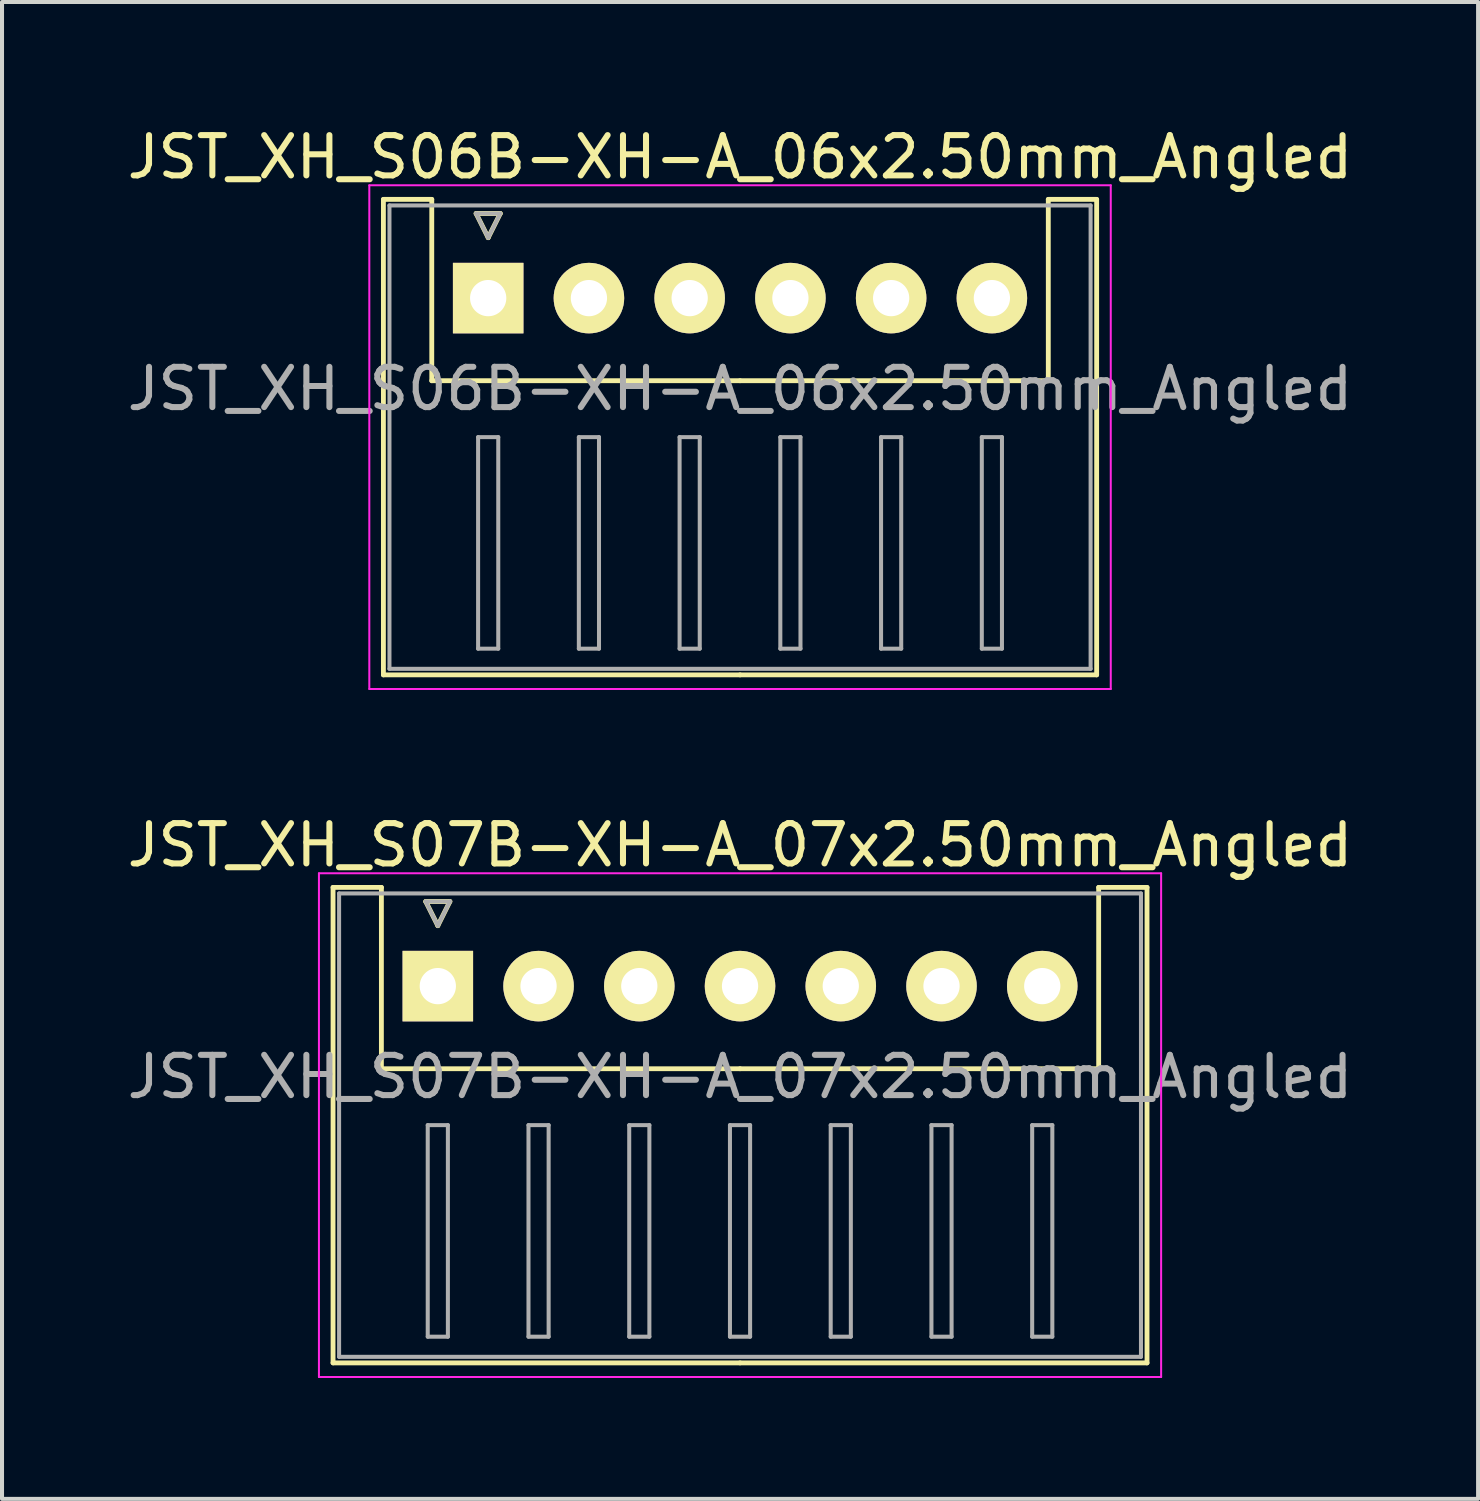
<source format=kicad_pcb>
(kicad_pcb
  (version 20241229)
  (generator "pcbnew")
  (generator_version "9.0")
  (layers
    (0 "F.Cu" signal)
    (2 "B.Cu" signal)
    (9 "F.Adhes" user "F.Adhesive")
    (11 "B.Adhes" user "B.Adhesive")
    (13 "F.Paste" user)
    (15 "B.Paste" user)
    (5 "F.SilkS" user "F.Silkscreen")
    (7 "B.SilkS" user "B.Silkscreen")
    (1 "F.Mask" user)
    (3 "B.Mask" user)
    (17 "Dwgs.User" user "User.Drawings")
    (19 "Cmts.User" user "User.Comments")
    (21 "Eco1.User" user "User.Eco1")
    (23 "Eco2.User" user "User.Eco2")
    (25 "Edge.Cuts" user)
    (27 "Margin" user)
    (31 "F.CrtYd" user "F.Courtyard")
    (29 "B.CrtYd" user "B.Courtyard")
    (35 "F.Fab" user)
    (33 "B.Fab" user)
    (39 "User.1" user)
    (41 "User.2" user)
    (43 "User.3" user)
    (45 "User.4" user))
  (footprint "JST_XH_S06B-XH-A_06x2.50mm_Angled"
    (layer "F.Cu")
    (at 9.065 4.348)
    (property "Reference" "JST_XH_S06B-XH-A_06x2.50mm_Angled" (at 6.25 -3.5 0) (layer "F.SilkS") (effects (font (size 1 1) (thickness 0.15))))
    (attr through_hole)
    (fp_line (start -2.6 -2.45) (end -1.4 -2.45) (stroke (width 0.12) (type solid)) (layer "F.SilkS"))
    (fp_line (start -2.6 9.35) (end -2.6 -2.45) (stroke (width 0.12) (type solid)) (layer "F.SilkS"))
    (fp_line (start -1.4 -2.45) (end -1.4 2.05) (stroke (width 0.12) (type solid)) (layer "F.SilkS"))
    (fp_line (start -1.4 2.05) (end 6.25 2.05) (stroke (width 0.12) (type solid)) (layer "F.SilkS"))
    (fp_line (start -0.3 -2.1) (end 0.3 -2.1) (stroke (width 0.12) (type solid)) (layer "F.SilkS"))
    (fp_line (start 0 -1.5) (end -0.3 -2.1) (stroke (width 0.12) (type solid)) (layer "F.SilkS"))
    (fp_line (start 0.3 -2.1) (end 0 -1.5) (stroke (width 0.12) (type solid)) (layer "F.SilkS"))
    (fp_line (start 6.25 9.35) (end -2.6 9.35) (stroke (width 0.12) (type solid)) (layer "F.SilkS"))
    (fp_line (start 6.25 9.35) (end 15.1 9.35) (stroke (width 0.12) (type solid)) (layer "F.SilkS"))
    (fp_line (start 13.9 -2.45) (end 13.9 2.05) (stroke (width 0.12) (type solid)) (layer "F.SilkS"))
    (fp_line (start 13.9 2.05) (end 6.25 2.05) (stroke (width 0.12) (type solid)) (layer "F.SilkS"))
    (fp_line (start 15.1 -2.45) (end 13.9 -2.45) (stroke (width 0.12) (type solid)) (layer "F.SilkS"))
    (fp_line (start 15.1 9.35) (end 15.1 -2.45) (stroke (width 0.12) (type solid)) (layer "F.SilkS"))
    (fp_line (start -2.95 -2.8) (end -2.95 9.7) (stroke (width 0.05) (type solid)) (layer "F.CrtYd"))
    (fp_line (start -2.95 9.7) (end 15.45 9.7) (stroke (width 0.05) (type solid)) (layer "F.CrtYd"))
    (fp_line (start 15.45 -2.8) (end -2.95 -2.8) (stroke (width 0.05) (type solid)) (layer "F.CrtYd"))
    (fp_line (start 15.45 9.7) (end 15.45 -2.8) (stroke (width 0.05) (type solid)) (layer "F.CrtYd"))
    (fp_line (start -2.45 -2.3) (end -2.45 9.2) (stroke (width 0.1) (type solid)) (layer "F.Fab"))
    (fp_line (start -2.45 9.2) (end 14.95 9.2) (stroke (width 0.1) (type solid)) (layer "F.Fab"))
    (fp_line (start -0.3 -2.1) (end 0.3 -2.1) (stroke (width 0.1) (type solid)) (layer "F.Fab"))
    (fp_line (start -0.25 3.45) (end -0.25 8.7) (stroke (width 0.1) (type solid)) (layer "F.Fab"))
    (fp_line (start -0.25 8.7) (end 0.25 8.7) (stroke (width 0.1) (type solid)) (layer "F.Fab"))
    (fp_line (start 0 -1.5) (end -0.3 -2.1) (stroke (width 0.1) (type solid)) (layer "F.Fab"))
    (fp_line (start 0.25 3.45) (end -0.25 3.45) (stroke (width 0.1) (type solid)) (layer "F.Fab"))
    (fp_line (start 0.25 8.7) (end 0.25 3.45) (stroke (width 0.1) (type solid)) (layer "F.Fab"))
    (fp_line (start 0.3 -2.1) (end 0 -1.5) (stroke (width 0.1) (type solid)) (layer "F.Fab"))
    (fp_line (start 2.25 3.45) (end 2.25 8.7) (stroke (width 0.1) (type solid)) (layer "F.Fab"))
    (fp_line (start 2.25 8.7) (end 2.75 8.7) (stroke (width 0.1) (type solid)) (layer "F.Fab"))
    (fp_line (start 2.75 3.45) (end 2.25 3.45) (stroke (width 0.1) (type solid)) (layer "F.Fab"))
    (fp_line (start 2.75 8.7) (end 2.75 3.45) (stroke (width 0.1) (type solid)) (layer "F.Fab"))
    (fp_line (start 4.75 3.45) (end 4.75 8.7) (stroke (width 0.1) (type solid)) (layer "F.Fab"))
    (fp_line (start 4.75 8.7) (end 5.25 8.7) (stroke (width 0.1) (type solid)) (layer "F.Fab"))
    (fp_line (start 5.25 3.45) (end 4.75 3.45) (stroke (width 0.1) (type solid)) (layer "F.Fab"))
    (fp_line (start 5.25 8.7) (end 5.25 3.45) (stroke (width 0.1) (type solid)) (layer "F.Fab"))
    (fp_line (start 7.25 3.45) (end 7.25 8.7) (stroke (width 0.1) (type solid)) (layer "F.Fab"))
    (fp_line (start 7.25 8.7) (end 7.75 8.7) (stroke (width 0.1) (type solid)) (layer "F.Fab"))
    (fp_line (start 7.75 3.45) (end 7.25 3.45) (stroke (width 0.1) (type solid)) (layer "F.Fab"))
    (fp_line (start 7.75 8.7) (end 7.75 3.45) (stroke (width 0.1) (type solid)) (layer "F.Fab"))
    (fp_line (start 9.75 3.45) (end 9.75 8.7) (stroke (width 0.1) (type solid)) (layer "F.Fab"))
    (fp_line (start 9.75 8.7) (end 10.25 8.7) (stroke (width 0.1) (type solid)) (layer "F.Fab"))
    (fp_line (start 10.25 3.45) (end 9.75 3.45) (stroke (width 0.1) (type solid)) (layer "F.Fab"))
    (fp_line (start 10.25 8.7) (end 10.25 3.45) (stroke (width 0.1) (type solid)) (layer "F.Fab"))
    (fp_line (start 12.25 3.45) (end 12.25 8.7) (stroke (width 0.1) (type solid)) (layer "F.Fab"))
    (fp_line (start 12.25 8.7) (end 12.75 8.7) (stroke (width 0.1) (type solid)) (layer "F.Fab"))
    (fp_line (start 12.75 3.45) (end 12.25 3.45) (stroke (width 0.1) (type solid)) (layer "F.Fab"))
    (fp_line (start 12.75 8.7) (end 12.75 3.45) (stroke (width 0.1) (type solid)) (layer "F.Fab"))
    (fp_line (start 14.95 -2.3) (end -2.45 -2.3) (stroke (width 0.1) (type solid)) (layer "F.Fab"))
    (fp_line (start 14.95 9.2) (end 14.95 -2.3) (stroke (width 0.1) (type solid)) (layer "F.Fab"))
    (fp_text user "${REFERENCE}" (at 6.25 2.25 0) (layer "F.Fab") (effects (font (size 1 1) (thickness 0.15))))
    (pad "1" thru_hole rect (at 0 0) (size 1.75 1.75) (drill 0.9) (layers "*.Cu" "*.Mask" "F.SilkS"))
    (pad "2" thru_hole circle (at 2.5 0) (size 1.75 1.75) (drill 0.9) (layers "*.Cu" "*.Mask" "F.SilkS"))
    (pad "3" thru_hole circle (at 5 0) (size 1.75 1.75) (drill 0.9) (layers "*.Cu" "*.Mask" "F.SilkS"))
    (pad "4" thru_hole circle (at 7.5 0) (size 1.75 1.75) (drill 0.9) (layers "*.Cu" "*.Mask" "F.SilkS"))
    (pad "5" thru_hole circle (at 10 0) (size 1.75 1.75) (drill 0.9) (layers "*.Cu" "*.Mask" "F.SilkS"))
    (pad "6" thru_hole circle (at 12.5 0) (size 1.75 1.75) (drill 0.9) (layers "*.Cu" "*.Mask" "F.SilkS")))
  (footprint "JST_XH_S07B-XH-A_07x2.50mm_Angled"
    (layer "F.Cu")
    (at 7.815 21.422)
    (property "Reference" "JST_XH_S07B-XH-A_07x2.50mm_Angled" (at 7.5 -3.5 0) (layer "F.SilkS") (effects (font (size 1 1) (thickness 0.15))))
    (attr through_hole)
    (fp_line (start -2.6 -2.45) (end -1.4 -2.45) (stroke (width 0.12) (type solid)) (layer "F.SilkS"))
    (fp_line (start -2.6 9.35) (end -2.6 -2.45) (stroke (width 0.12) (type solid)) (layer "F.SilkS"))
    (fp_line (start -1.4 -2.45) (end -1.4 2.05) (stroke (width 0.12) (type solid)) (layer "F.SilkS"))
    (fp_line (start -1.4 2.05) (end 7.5 2.05) (stroke (width 0.12) (type solid)) (layer "F.SilkS"))
    (fp_line (start -0.3 -2.1) (end 0.3 -2.1) (stroke (width 0.12) (type solid)) (layer "F.SilkS"))
    (fp_line (start 0 -1.5) (end -0.3 -2.1) (stroke (width 0.12) (type solid)) (layer "F.SilkS"))
    (fp_line (start 0.3 -2.1) (end 0 -1.5) (stroke (width 0.12) (type solid)) (layer "F.SilkS"))
    (fp_line (start 7.5 9.35) (end -2.6 9.35) (stroke (width 0.12) (type solid)) (layer "F.SilkS"))
    (fp_line (start 7.5 9.35) (end 17.6 9.35) (stroke (width 0.12) (type solid)) (layer "F.SilkS"))
    (fp_line (start 16.4 -2.45) (end 16.4 2.05) (stroke (width 0.12) (type solid)) (layer "F.SilkS"))
    (fp_line (start 16.4 2.05) (end 7.5 2.05) (stroke (width 0.12) (type solid)) (layer "F.SilkS"))
    (fp_line (start 17.6 -2.45) (end 16.4 -2.45) (stroke (width 0.12) (type solid)) (layer "F.SilkS"))
    (fp_line (start 17.6 9.35) (end 17.6 -2.45) (stroke (width 0.12) (type solid)) (layer "F.SilkS"))
    (fp_line (start -2.95 -2.8) (end -2.95 9.7) (stroke (width 0.05) (type solid)) (layer "F.CrtYd"))
    (fp_line (start -2.95 9.7) (end 17.95 9.7) (stroke (width 0.05) (type solid)) (layer "F.CrtYd"))
    (fp_line (start 17.95 -2.8) (end -2.95 -2.8) (stroke (width 0.05) (type solid)) (layer "F.CrtYd"))
    (fp_line (start 17.95 9.7) (end 17.95 -2.8) (stroke (width 0.05) (type solid)) (layer "F.CrtYd"))
    (fp_line (start -2.45 -2.3) (end -2.45 9.2) (stroke (width 0.1) (type solid)) (layer "F.Fab"))
    (fp_line (start -2.45 9.2) (end 17.45 9.2) (stroke (width 0.1) (type solid)) (layer "F.Fab"))
    (fp_line (start -0.3 -2.1) (end 0.3 -2.1) (stroke (width 0.1) (type solid)) (layer "F.Fab"))
    (fp_line (start -0.25 3.45) (end -0.25 8.7) (stroke (width 0.1) (type solid)) (layer "F.Fab"))
    (fp_line (start -0.25 8.7) (end 0.25 8.7) (stroke (width 0.1) (type solid)) (layer "F.Fab"))
    (fp_line (start 0 -1.5) (end -0.3 -2.1) (stroke (width 0.1) (type solid)) (layer "F.Fab"))
    (fp_line (start 0.25 3.45) (end -0.25 3.45) (stroke (width 0.1) (type solid)) (layer "F.Fab"))
    (fp_line (start 0.25 8.7) (end 0.25 3.45) (stroke (width 0.1) (type solid)) (layer "F.Fab"))
    (fp_line (start 0.3 -2.1) (end 0 -1.5) (stroke (width 0.1) (type solid)) (layer "F.Fab"))
    (fp_line (start 2.25 3.45) (end 2.25 8.7) (stroke (width 0.1) (type solid)) (layer "F.Fab"))
    (fp_line (start 2.25 8.7) (end 2.75 8.7) (stroke (width 0.1) (type solid)) (layer "F.Fab"))
    (fp_line (start 2.75 3.45) (end 2.25 3.45) (stroke (width 0.1) (type solid)) (layer "F.Fab"))
    (fp_line (start 2.75 8.7) (end 2.75 3.45) (stroke (width 0.1) (type solid)) (layer "F.Fab"))
    (fp_line (start 4.75 3.45) (end 4.75 8.7) (stroke (width 0.1) (type solid)) (layer "F.Fab"))
    (fp_line (start 4.75 8.7) (end 5.25 8.7) (stroke (width 0.1) (type solid)) (layer "F.Fab"))
    (fp_line (start 5.25 3.45) (end 4.75 3.45) (stroke (width 0.1) (type solid)) (layer "F.Fab"))
    (fp_line (start 5.25 8.7) (end 5.25 3.45) (stroke (width 0.1) (type solid)) (layer "F.Fab"))
    (fp_line (start 7.25 3.45) (end 7.25 8.7) (stroke (width 0.1) (type solid)) (layer "F.Fab"))
    (fp_line (start 7.25 8.7) (end 7.75 8.7) (stroke (width 0.1) (type solid)) (layer "F.Fab"))
    (fp_line (start 7.75 3.45) (end 7.25 3.45) (stroke (width 0.1) (type solid)) (layer "F.Fab"))
    (fp_line (start 7.75 8.7) (end 7.75 3.45) (stroke (width 0.1) (type solid)) (layer "F.Fab"))
    (fp_line (start 9.75 3.45) (end 9.75 8.7) (stroke (width 0.1) (type solid)) (layer "F.Fab"))
    (fp_line (start 9.75 8.7) (end 10.25 8.7) (stroke (width 0.1) (type solid)) (layer "F.Fab"))
    (fp_line (start 10.25 3.45) (end 9.75 3.45) (stroke (width 0.1) (type solid)) (layer "F.Fab"))
    (fp_line (start 10.25 8.7) (end 10.25 3.45) (stroke (width 0.1) (type solid)) (layer "F.Fab"))
    (fp_line (start 12.25 3.45) (end 12.25 8.7) (stroke (width 0.1) (type solid)) (layer "F.Fab"))
    (fp_line (start 12.25 8.7) (end 12.75 8.7) (stroke (width 0.1) (type solid)) (layer "F.Fab"))
    (fp_line (start 12.75 3.45) (end 12.25 3.45) (stroke (width 0.1) (type solid)) (layer "F.Fab"))
    (fp_line (start 12.75 8.7) (end 12.75 3.45) (stroke (width 0.1) (type solid)) (layer "F.Fab"))
    (fp_line (start 14.75 3.45) (end 14.75 8.7) (stroke (width 0.1) (type solid)) (layer "F.Fab"))
    (fp_line (start 14.75 8.7) (end 15.25 8.7) (stroke (width 0.1) (type solid)) (layer "F.Fab"))
    (fp_line (start 15.25 3.45) (end 14.75 3.45) (stroke (width 0.1) (type solid)) (layer "F.Fab"))
    (fp_line (start 15.25 8.7) (end 15.25 3.45) (stroke (width 0.1) (type solid)) (layer "F.Fab"))
    (fp_line (start 17.45 -2.3) (end -2.45 -2.3) (stroke (width 0.1) (type solid)) (layer "F.Fab"))
    (fp_line (start 17.45 9.2) (end 17.45 -2.3) (stroke (width 0.1) (type solid)) (layer "F.Fab"))
    (fp_text user "${REFERENCE}" (at 7.5 2.25 0) (layer "F.Fab") (effects (font (size 1 1) (thickness 0.15))))
    (pad "1" thru_hole rect (at 0 0) (size 1.75 1.75) (drill 0.9) (layers "*.Cu" "*.Mask" "F.SilkS"))
    (pad "2" thru_hole circle (at 2.5 0) (size 1.75 1.75) (drill 0.9) (layers "*.Cu" "*.Mask" "F.SilkS"))
    (pad "3" thru_hole circle (at 5 0) (size 1.75 1.75) (drill 0.9) (layers "*.Cu" "*.Mask" "F.SilkS"))
    (pad "4" thru_hole circle (at 7.5 0) (size 1.75 1.75) (drill 0.9) (layers "*.Cu" "*.Mask" "F.SilkS"))
    (pad "5" thru_hole circle (at 10 0) (size 1.75 1.75) (drill 0.9) (layers "*.Cu" "*.Mask" "F.SilkS"))
    (pad "6" thru_hole circle (at 12.5 0) (size 1.75 1.75) (drill 0.9) (layers "*.Cu" "*.Mask" "F.SilkS"))
    (pad "7" thru_hole circle (at 15 0) (size 1.75 1.75) (drill 0.9) (layers "*.Cu" "*.Mask" "F.SilkS")))
  (gr_rect
    (start -3 -3)
    (end 33.631 34.147)
    (stroke (width 0.1) (type default))
    (fill no)
    (layer "Edge.Cuts")))
</source>
